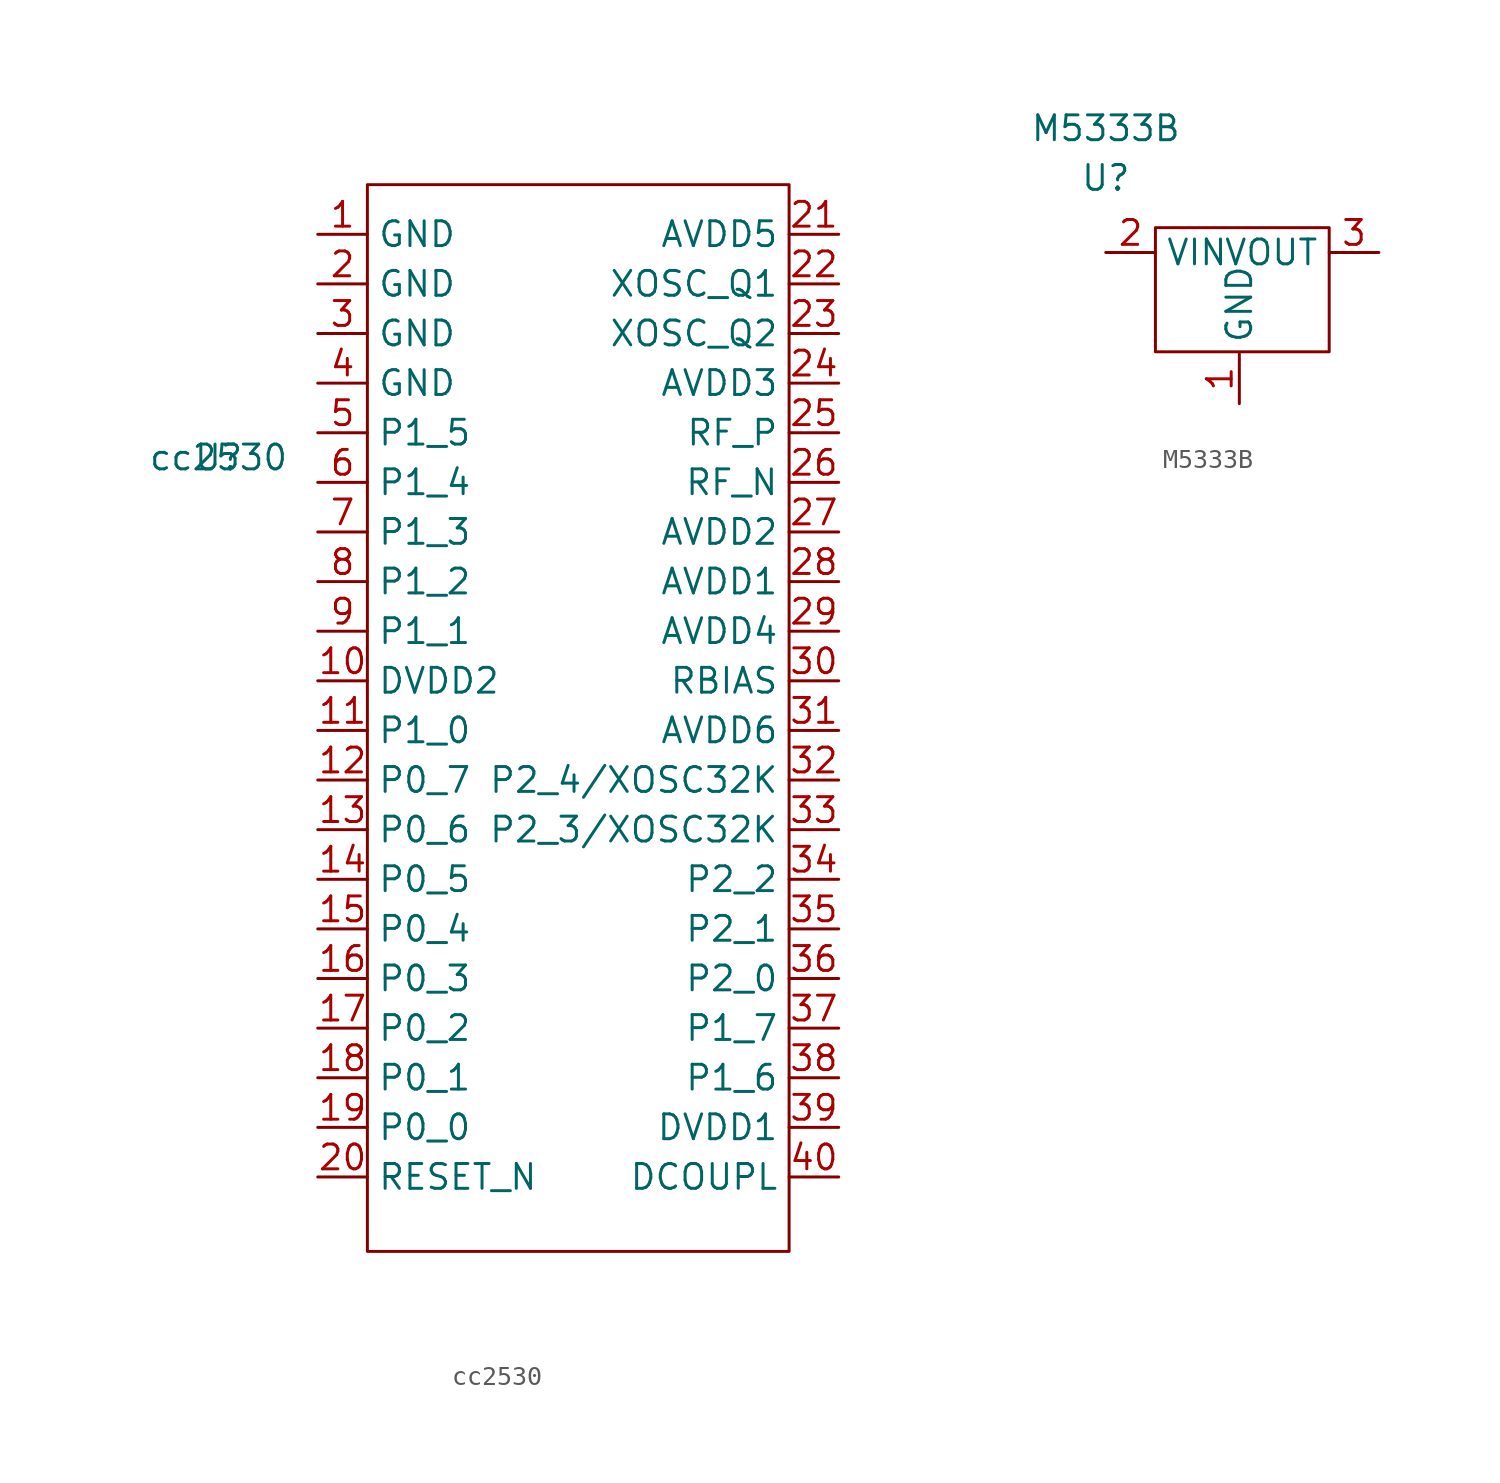
<source format=kicad_sym>
(kicad_symbol_lib
  (version 20211014)
  (generator kicad_symbol_editor)
  (symbol "cc2530"
    (property "Reference" "U"
      (at 0 0 0)
      (effects (font (size 1.27 1.27))))
    (property "Value" "cc2530"
      (at 0 0 0)
      (effects (font (size 1.27 1.27))))
    (symbol "cc2530_0_1"
      (rectangle (start 7.62 13.97) (end 29.21 -40.64) (stroke (width 0) (type default) (color 0 0 0 0)) (fill (type none))))
    (symbol "cc2530_1_1"
      (pin power_in line (at 5.08 11.43 0) (length 2.54) (name "GND" (effects (font (size 1.27 1.27)))) (number "1" (effects (font (size 1.27 1.27)))))
      (pin power_in line (at 5.08 -11.43 0) (length 2.54) (name "DVDD2" (effects (font (size 1.27 1.27)))) (number "10" (effects (font (size 1.27 1.27)))))
      (pin power_in line (at 5.08 -13.97 0) (length 2.54) (name "P1_0" (effects (font (size 1.27 1.27)))) (number "11" (effects (font (size 1.27 1.27)))))
      (pin power_in line (at 5.08 -16.51 0) (length 2.54) (name "P0_7" (effects (font (size 1.27 1.27)))) (number "12" (effects (font (size 1.27 1.27)))))
      (pin power_in line (at 5.08 -19.05 0) (length 2.54) (name "P0_6" (effects (font (size 1.27 1.27)))) (number "13" (effects (font (size 1.27 1.27)))))
      (pin power_in line (at 5.08 -21.59 0) (length 2.54) (name "P0_5" (effects (font (size 1.27 1.27)))) (number "14" (effects (font (size 1.27 1.27)))))
      (pin power_in line (at 5.08 -24.13 0) (length 2.54) (name "P0_4" (effects (font (size 1.27 1.27)))) (number "15" (effects (font (size 1.27 1.27)))))
      (pin power_in line (at 5.08 -26.67 0) (length 2.54) (name "P0_3" (effects (font (size 1.27 1.27)))) (number "16" (effects (font (size 1.27 1.27)))))
      (pin power_in line (at 5.08 -29.21 0) (length 2.54) (name "P0_2" (effects (font (size 1.27 1.27)))) (number "17" (effects (font (size 1.27 1.27)))))
      (pin power_in line (at 5.08 -31.75 0) (length 2.54) (name "P0_1" (effects (font (size 1.27 1.27)))) (number "18" (effects (font (size 1.27 1.27)))))
      (pin power_in line (at 5.08 -34.29 0) (length 2.54) (name "P0_0" (effects (font (size 1.27 1.27)))) (number "19" (effects (font (size 1.27 1.27)))))
      (pin power_in line (at 5.08 8.89 0) (length 2.54) (name "GND" (effects (font (size 1.27 1.27)))) (number "2" (effects (font (size 1.27 1.27)))))
      (pin power_in line (at 5.08 -36.83 0) (length 2.54) (name "RESET_N" (effects (font (size 1.27 1.27)))) (number "20" (effects (font (size 1.27 1.27)))))
      (pin power_in line (at 31.75 11.43 180) (length 2.54) (name "AVDD5" (effects (font (size 1.27 1.27)))) (number "21" (effects (font (size 1.27 1.27)))))
      (pin power_in line (at 31.75 8.89 180) (length 2.54) (name "XOSC_Q1" (effects (font (size 1.27 1.27)))) (number "22" (effects (font (size 1.27 1.27)))))
      (pin power_in line (at 31.75 6.35 180) (length 2.54) (name "XOSC_Q2" (effects (font (size 1.27 1.27)))) (number "23" (effects (font (size 1.27 1.27)))))
      (pin power_in line (at 31.75 3.81 180) (length 2.54) (name "AVDD3" (effects (font (size 1.27 1.27)))) (number "24" (effects (font (size 1.27 1.27)))))
      (pin power_in line (at 31.75 1.27 180) (length 2.54) (name "RF_P" (effects (font (size 1.27 1.27)))) (number "25" (effects (font (size 1.27 1.27)))))
      (pin power_in line (at 31.75 -1.27 180) (length 2.54) (name "RF_N" (effects (font (size 1.27 1.27)))) (number "26" (effects (font (size 1.27 1.27)))))
      (pin power_in line (at 31.75 -3.81 180) (length 2.54) (name "AVDD2" (effects (font (size 1.27 1.27)))) (number "27" (effects (font (size 1.27 1.27)))))
      (pin power_in line (at 31.75 -6.35 180) (length 2.54) (name "AVDD1" (effects (font (size 1.27 1.27)))) (number "28" (effects (font (size 1.27 1.27)))))
      (pin power_in line (at 31.75 -8.89 180) (length 2.54) (name "AVDD4" (effects (font (size 1.27 1.27)))) (number "29" (effects (font (size 1.27 1.27)))))
      (pin power_in line (at 5.08 6.35 0) (length 2.54) (name "GND" (effects (font (size 1.27 1.27)))) (number "3" (effects (font (size 1.27 1.27)))))
      (pin power_in line (at 31.75 -11.43 180) (length 2.54) (name "RBIAS" (effects (font (size 1.27 1.27)))) (number "30" (effects (font (size 1.27 1.27)))))
      (pin power_in line (at 31.75 -13.97 180) (length 2.54) (name "AVDD6" (effects (font (size 1.27 1.27)))) (number "31" (effects (font (size 1.27 1.27)))))
      (pin power_in line (at 31.75 -16.51 180) (length 2.54) (name "P2_4/XOSC32K" (effects (font (size 1.27 1.27)))) (number "32" (effects (font (size 1.27 1.27)))))
      (pin power_in line (at 31.75 -19.05 180) (length 2.54) (name "P2_3/XOSC32K" (effects (font (size 1.27 1.27)))) (number "33" (effects (font (size 1.27 1.27)))))
      (pin power_in line (at 31.75 -21.59 180) (length 2.54) (name "P2_2" (effects (font (size 1.27 1.27)))) (number "34" (effects (font (size 1.27 1.27)))))
      (pin power_in line (at 31.75 -24.13 180) (length 2.54) (name "P2_1" (effects (font (size 1.27 1.27)))) (number "35" (effects (font (size 1.27 1.27)))))
      (pin power_in line (at 31.75 -26.67 180) (length 2.54) (name "P2_0" (effects (font (size 1.27 1.27)))) (number "36" (effects (font (size 1.27 1.27)))))
      (pin power_in line (at 31.75 -29.21 180) (length 2.54) (name "P1_7" (effects (font (size 1.27 1.27)))) (number "37" (effects (font (size 1.27 1.27)))))
      (pin power_in line (at 31.75 -31.75 180) (length 2.54) (name "P1_6" (effects (font (size 1.27 1.27)))) (number "38" (effects (font (size 1.27 1.27)))))
      (pin power_in line (at 31.75 -34.29 180) (length 2.54) (name "DVDD1" (effects (font (size 1.27 1.27)))) (number "39" (effects (font (size 1.27 1.27)))))
      (pin power_in line (at 5.08 3.81 0) (length 2.54) (name "GND" (effects (font (size 1.27 1.27)))) (number "4" (effects (font (size 1.27 1.27)))))
      (pin power_in line (at 31.75 -36.83 180) (length 2.54) (name "DCOUPL" (effects (font (size 1.27 1.27)))) (number "40" (effects (font (size 1.27 1.27)))))
      (pin power_in line (at 5.08 1.27 0) (length 2.54) (name "P1_5" (effects (font (size 1.27 1.27)))) (number "5" (effects (font (size 1.27 1.27)))))
      (pin power_in line (at 5.08 -1.27 0) (length 2.54) (name "P1_4" (effects (font (size 1.27 1.27)))) (number "6" (effects (font (size 1.27 1.27)))))
      (pin power_in line (at 5.08 -3.81 0) (length 2.54) (name "P1_3" (effects (font (size 1.27 1.27)))) (number "7" (effects (font (size 1.27 1.27)))))
      (pin power_in line (at 5.08 -6.35 0) (length 2.54) (name "P1_2" (effects (font (size 1.27 1.27)))) (number "8" (effects (font (size 1.27 1.27)))))
      (pin power_in line (at 5.08 -8.89 0) (length 2.54) (name "P1_1" (effects (font (size 1.27 1.27)))) (number "9" (effects (font (size 1.27 1.27)))))))
  (symbol "M5333B"
    (property "Reference" "U"
      (at 0 0 0)
      (effects (font (size 1.27 1.27))))
    (property "Value" "M5333B"
      (at 0 2.54 0)
      (effects (font (size 1.27 1.27))))
    (symbol "M5333B_0_1"
      (rectangle (start 2.54 -2.54) (end 11.43 -8.89) (stroke (width 0) (type default) (color 0 0 0 0)) (fill (type none))))
    (symbol "M5333B_1_1"
      (pin power_in line (at 6.833 -11.541 90) (length 2.54) (name "GND" (effects (font (size 1.27 1.27)))) (number "1" (effects (font (size 1.27 1.27)))))
      (pin power_in line (at 0 -3.81 0) (length 2.54) (name "VIN" (effects (font (size 1.27 1.27)))) (number "2" (effects (font (size 1.27 1.27)))))
      (pin power_in line (at 13.97 -3.81 180) (length 2.54) (name "VOUT" (effects (font (size 1.27 1.27)))) (number "3" (effects (font (size 1.27 1.27))))))))
</source>
